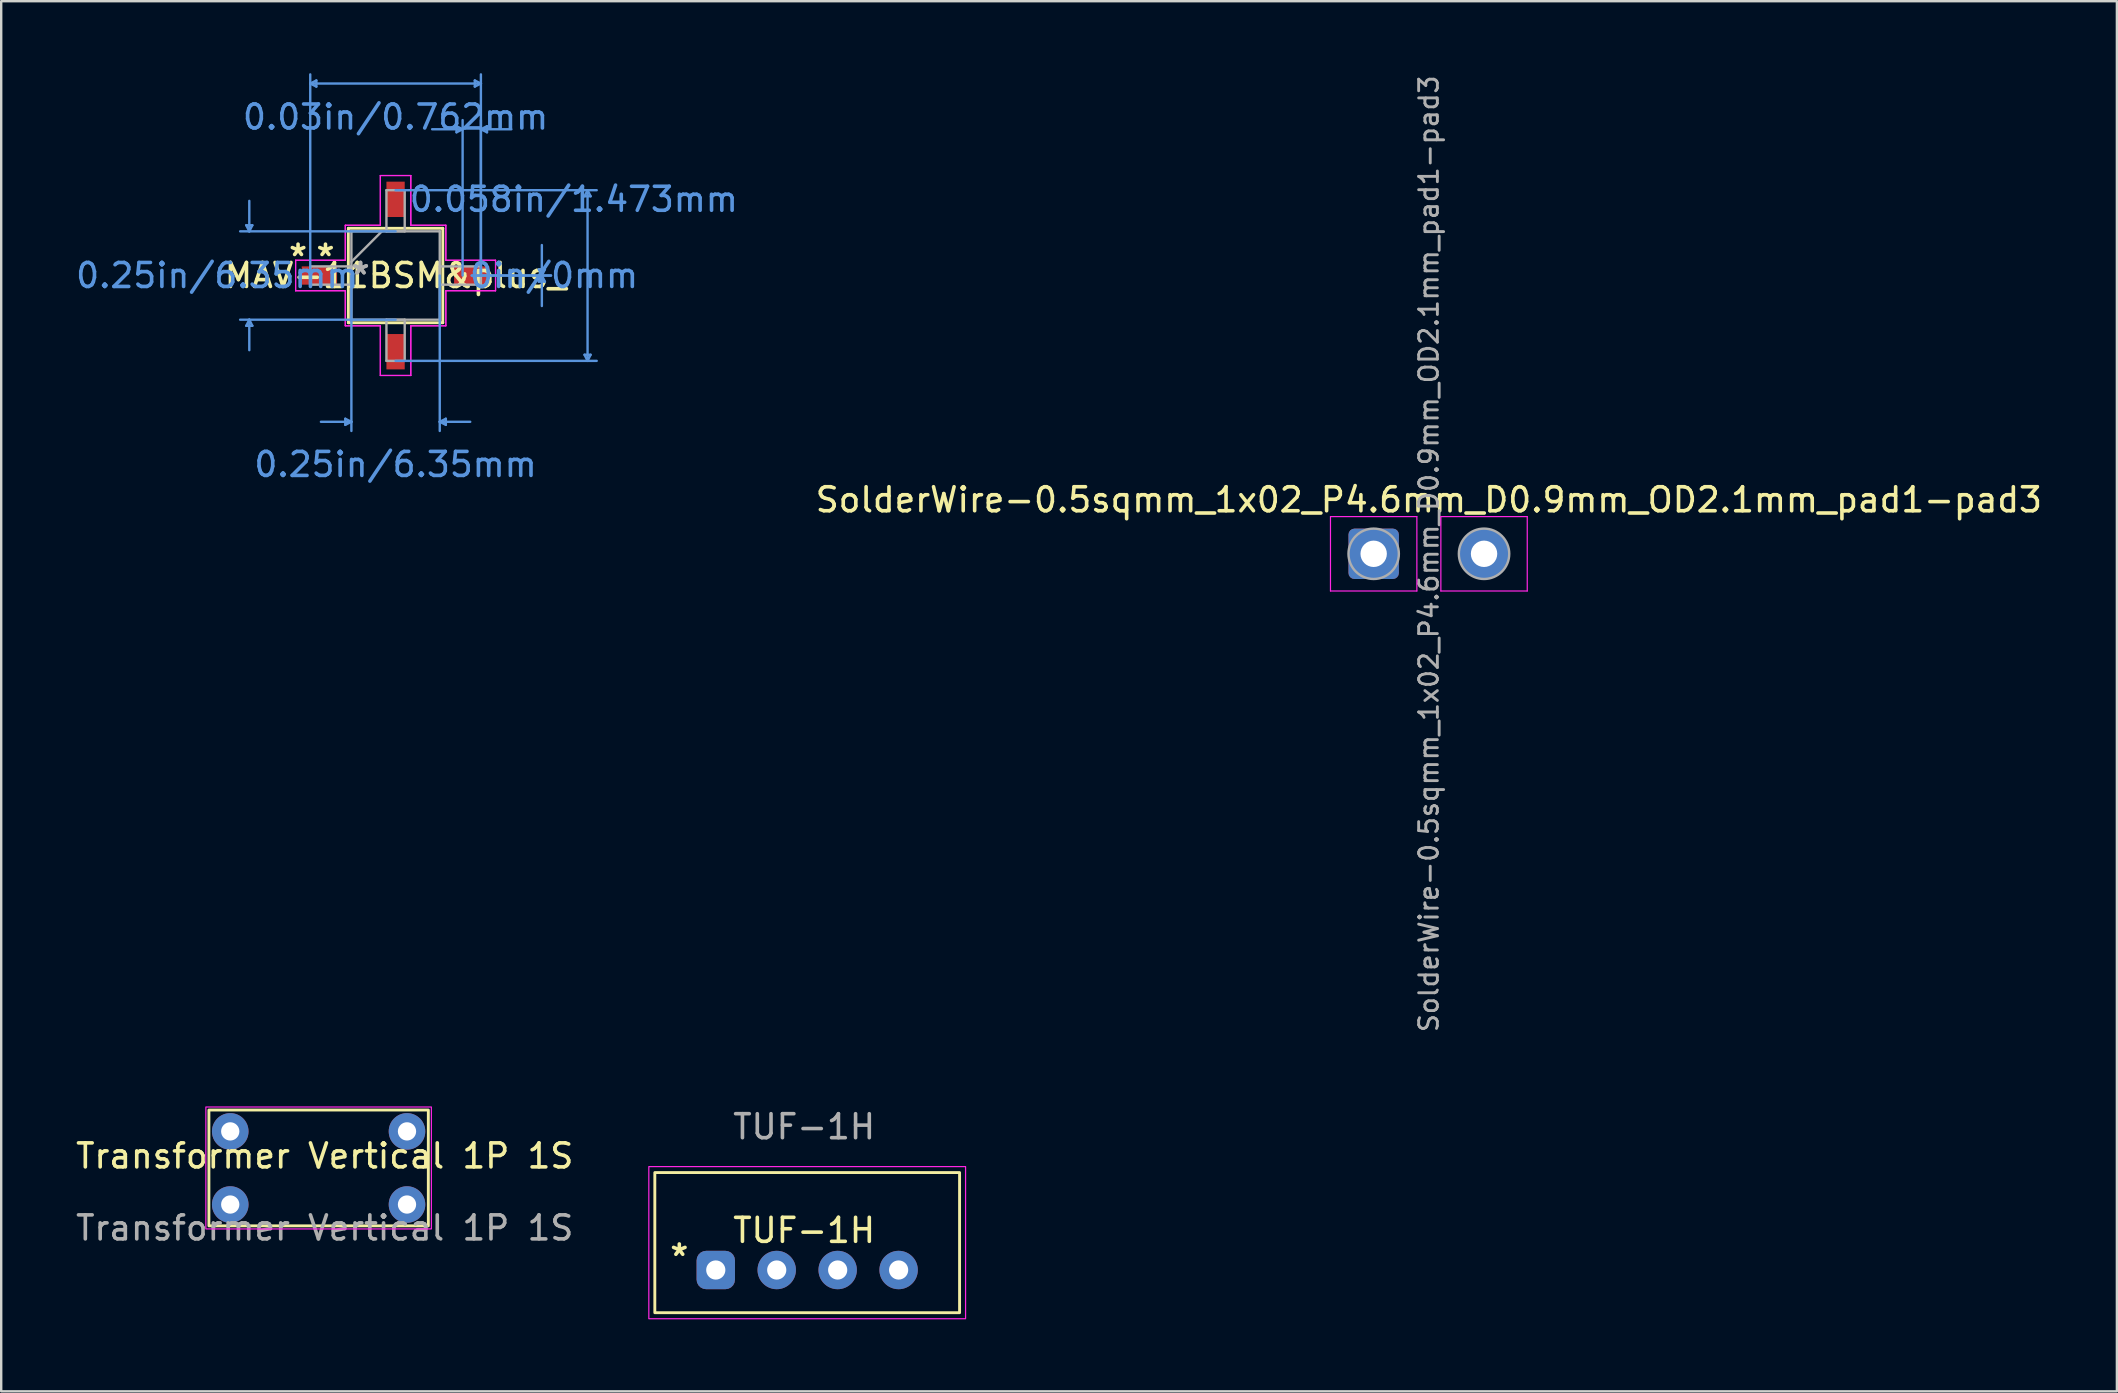
<source format=kicad_pcb>
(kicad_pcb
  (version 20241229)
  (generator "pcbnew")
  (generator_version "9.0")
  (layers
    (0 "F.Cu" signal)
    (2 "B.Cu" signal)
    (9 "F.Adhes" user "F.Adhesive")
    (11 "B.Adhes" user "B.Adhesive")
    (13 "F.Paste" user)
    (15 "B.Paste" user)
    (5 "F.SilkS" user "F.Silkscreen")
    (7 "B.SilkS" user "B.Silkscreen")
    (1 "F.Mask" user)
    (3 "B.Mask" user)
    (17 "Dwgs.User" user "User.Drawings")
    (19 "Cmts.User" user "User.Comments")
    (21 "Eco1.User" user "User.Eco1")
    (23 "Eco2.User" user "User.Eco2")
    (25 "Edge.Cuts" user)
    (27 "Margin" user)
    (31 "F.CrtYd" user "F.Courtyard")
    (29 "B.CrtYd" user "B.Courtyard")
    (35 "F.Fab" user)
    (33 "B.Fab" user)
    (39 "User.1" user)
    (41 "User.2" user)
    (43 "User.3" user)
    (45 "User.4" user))
  (footprint "TUF-1H"
    (layer "F.Cu")
    (at 26.779 49.876)
    (property "Reference" "TUF-1H" (at 3.683 -1.651 0) (unlocked yes) (layer "F.SilkS") (effects (font (size 1 1) (thickness 0.15))))
    (attr through_hole)
    (fp_rect (start -2.54 -4.06) (end 10.16 1.78) (stroke (width 0.12) (type solid)) (fill no) (layer "F.SilkS"))
    (fp_rect (start -2.79 -4.31) (end 10.41 2.03) (stroke (width 0.05) (type solid)) (fill no) (layer "F.CrtYd"))
    (fp_text user "*" (at -1.52 -0.54 0) (unlocked yes) (layer "F.SilkS") (effects (font (size 1 1) (thickness 0.15))))
    (fp_text user "${REFERENCE}" (at 3.683 -5.969 0) (unlocked yes) (layer "F.Fab") (effects (font (size 1 1) (thickness 0.15))))
    (pad "1" thru_hole roundrect (at 0 0) (size 1.6 1.6) (drill 0.8) (layers "*.Cu" "*.Mask") (roundrect_rratio 0.25))
    (pad "2" thru_hole circle (at 2.54 0) (size 1.6 1.6) (drill 0.8) (layers "*.Cu" "*.Mask"))
    (pad "3" thru_hole circle (at 5.08 0) (size 1.6 1.6) (drill 0.8) (layers "*.Cu" "*.Mask"))
    (pad "4" thru_hole circle (at 7.62 0) (size 1.6 1.6) (drill 0.8) (layers "*.Cu" "*.Mask")))
  (footprint "Transformer Vertical 1P 1S"
    (layer "F.Cu")
    (at 10.482 45.623)
    (property "Reference" "Transformer Vertical 1P 1S" (at 0 -0.5 0) (unlocked yes) (layer "F.SilkS") (effects (font (size 1 1) (thickness 0.15))))
    (attr through_hole)
    (fp_rect (start -4.826 -2.413) (end 4.318 2.413) (stroke (width 0.12) (type default)) (fill no) (layer "F.SilkS"))
    (fp_rect (start -4.953 -2.54) (end 4.445 2.54) (stroke (width 0.05) (type default)) (fill no) (layer "F.CrtYd"))
    (fp_text user "${REFERENCE}" (at 0 2.5 0) (unlocked yes) (layer "F.Fab") (effects (font (size 1 1) (thickness 0.15))))
    (pad "1" thru_hole circle (at -3.937 1.524) (size 1.524 1.524) (drill 0.762) (layers "*.Cu" "*.Mask"))
    (pad "2" thru_hole circle (at 3.429 1.524) (size 1.524 1.524) (drill 0.762) (layers "*.Cu" "*.Mask"))
    (pad "3" thru_hole circle (at -3.937 -1.524) (size 1.524 1.524) (drill 0.762) (layers "*.Cu" "*.Mask"))
    (pad "4" thru_hole circle (at 3.429 -1.524) (size 1.524 1.524) (drill 0.762) (layers "*.Cu" "*.Mask")))
  (footprint "SolderWire-0.5sqmm_1x02_P4.6mm_D0.9mm_OD2.1mm_pad1-pad3"
    (layer "F.Cu")
    (at 54.196 20.029)
    (property "Reference" "SolderWire-0.5sqmm_1x02_P4.6mm_D0.9mm_OD2.1mm_pad1-pad3" (at 2.3 -2.25 0) (layer "F.SilkS") (effects (font (size 1 1) (thickness 0.15))))
    (attr exclude_from_pos_files)
    (fp_line (start -1.8 -1.55) (end -1.8 1.55) (stroke (width 0.05) (type solid)) (layer "F.CrtYd"))
    (fp_line (start -1.8 1.55) (end 1.8 1.55) (stroke (width 0.05) (type solid)) (layer "F.CrtYd"))
    (fp_line (start 1.8 -1.55) (end -1.8 -1.55) (stroke (width 0.05) (type solid)) (layer "F.CrtYd"))
    (fp_line (start 1.8 1.55) (end 1.8 -1.55) (stroke (width 0.05) (type solid)) (layer "F.CrtYd"))
    (fp_line (start 2.8 -1.55) (end 2.8 1.55) (stroke (width 0.05) (type solid)) (layer "F.CrtYd"))
    (fp_line (start 2.8 1.55) (end 6.4 1.55) (stroke (width 0.05) (type solid)) (layer "F.CrtYd"))
    (fp_line (start 6.4 -1.55) (end 2.8 -1.55) (stroke (width 0.05) (type solid)) (layer "F.CrtYd"))
    (fp_line (start 6.4 1.55) (end 6.4 -1.55) (stroke (width 0.05) (type solid)) (layer "F.CrtYd"))
    (fp_circle (center 0 0) (end 1.05 0) (stroke (width 0.1) (type solid)) (fill no) (layer "F.Fab"))
    (fp_circle (center 4.6 0) (end 5.65 0) (stroke (width 0.1) (type solid)) (fill no) (layer "F.Fab"))
    (fp_text user "${REFERENCE}" (at 2.3 0 90) (layer "F.Fab") (effects (font (size 0.78 0.78) (thickness 0.12))))
    (pad "1" thru_hole roundrect (at 0 0) (size 2.1 2.1) (drill 1.1) (layers "*.Cu" "*.Mask") (roundrect_rratio 0.119))
    (pad "3" thru_hole circle (at 4.6 0) (size 2.1 2.1) (drill 1.1) (layers "*.Cu" "*.Mask")))
  (footprint "MAV-11BSM&plus_"
    (layer "F.Cu")
    (at 13.435 8.432)
    (property "Reference" "MAV-11BSM&plus_" (at 0 0 0) (layer "F.SilkS") (effects (font (size 1 1) (thickness 0.15))))
    (attr through_hole)
    (fp_line (start -1.968 -1.968) (end -1.968 1.968) (stroke (width 0.12) (type solid)) (layer "F.SilkS"))
    (fp_line (start -1.968 1.968) (end 1.968 1.968) (stroke (width 0.12) (type solid)) (layer "F.SilkS"))
    (fp_line (start 1.968 -1.968) (end -1.968 -1.968) (stroke (width 0.12) (type solid)) (layer "F.SilkS"))
    (fp_line (start 1.968 1.968) (end 1.968 -1.968) (stroke (width 0.12) (type solid)) (layer "F.SilkS"))
    (fp_line (start -6.223 -2.095) (end -5.969 -2.095) (stroke (width 0.1) (type solid)) (layer "Cmts.User"))
    (fp_line (start -6.223 2.095) (end -5.969 2.095) (stroke (width 0.1) (type solid)) (layer "Cmts.User"))
    (fp_line (start -6.096 -1.841) (end -6.223 -2.095) (stroke (width 0.1) (type solid)) (layer "Cmts.User"))
    (fp_line (start -6.096 -1.841) (end -6.096 -3.111) (stroke (width 0.1) (type solid)) (layer "Cmts.User"))
    (fp_line (start -6.096 -1.841) (end -5.969 -2.095) (stroke (width 0.1) (type solid)) (layer "Cmts.User"))
    (fp_line (start -6.096 1.841) (end -6.223 2.095) (stroke (width 0.1) (type solid)) (layer "Cmts.User"))
    (fp_line (start -6.096 1.841) (end -6.096 3.111) (stroke (width 0.1) (type solid)) (layer "Cmts.User"))
    (fp_line (start -6.096 1.841) (end -5.969 2.095) (stroke (width 0.1) (type solid)) (layer "Cmts.User"))
    (fp_line (start -3.556 -8.001) (end -3.302 -8.128) (stroke (width 0.1) (type solid)) (layer "Cmts.User"))
    (fp_line (start -3.556 -8.001) (end -3.302 -7.874) (stroke (width 0.1) (type solid)) (layer "Cmts.User"))
    (fp_line (start -3.556 -8.001) (end 3.556 -8.001) (stroke (width 0.1) (type solid)) (layer "Cmts.User"))
    (fp_line (start -3.556 0) (end -3.556 -8.382) (stroke (width 0.1) (type solid)) (layer "Cmts.User"))
    (fp_line (start -3.302 -8.128) (end -3.302 -7.874) (stroke (width 0.1) (type solid)) (layer "Cmts.User"))
    (fp_line (start -2.095 5.969) (end -2.095 6.223) (stroke (width 0.1) (type solid)) (layer "Cmts.User"))
    (fp_line (start -1.841 0) (end -1.841 6.477) (stroke (width 0.1) (type solid)) (layer "Cmts.User"))
    (fp_line (start -1.841 6.096) (end -3.111 6.096) (stroke (width 0.1) (type solid)) (layer "Cmts.User"))
    (fp_line (start -1.841 6.096) (end -2.095 5.969) (stroke (width 0.1) (type solid)) (layer "Cmts.User"))
    (fp_line (start -1.841 6.096) (end -2.095 6.223) (stroke (width 0.1) (type solid)) (layer "Cmts.User"))
    (fp_line (start 0 -3.556) (end 8.382 -3.556) (stroke (width 0.1) (type solid)) (layer "Cmts.User"))
    (fp_line (start 0 -1.841) (end -6.477 -1.841) (stroke (width 0.1) (type solid)) (layer "Cmts.User"))
    (fp_line (start 0 1.841) (end -6.477 1.841) (stroke (width 0.1) (type solid)) (layer "Cmts.User"))
    (fp_line (start 0 3.556) (end 8.382 3.556) (stroke (width 0.1) (type solid)) (layer "Cmts.User"))
    (fp_line (start 1.841 0) (end 1.841 6.477) (stroke (width 0.1) (type solid)) (layer "Cmts.User"))
    (fp_line (start 1.841 6.096) (end 2.095 5.969) (stroke (width 0.1) (type solid)) (layer "Cmts.User"))
    (fp_line (start 1.841 6.096) (end 2.095 6.223) (stroke (width 0.1) (type solid)) (layer "Cmts.User"))
    (fp_line (start 1.841 6.096) (end 3.111 6.096) (stroke (width 0.1) (type solid)) (layer "Cmts.User"))
    (fp_line (start 2.095 5.969) (end 2.095 6.223) (stroke (width 0.1) (type solid)) (layer "Cmts.User"))
    (fp_line (start 2.54 -6.223) (end 2.54 -5.969) (stroke (width 0.1) (type solid)) (layer "Cmts.User"))
    (fp_line (start 2.794 -6.096) (end 1.524 -6.096) (stroke (width 0.1) (type solid)) (layer "Cmts.User"))
    (fp_line (start 2.794 -6.096) (end 2.54 -6.223) (stroke (width 0.1) (type solid)) (layer "Cmts.User"))
    (fp_line (start 2.794 -6.096) (end 2.54 -5.969) (stroke (width 0.1) (type solid)) (layer "Cmts.User"))
    (fp_line (start 2.794 0) (end 2.794 -6.477) (stroke (width 0.1) (type solid)) (layer "Cmts.User"))
    (fp_line (start 3.175 0) (end 6.477 0) (stroke (width 0.1) (type solid)) (layer "Cmts.User"))
    (fp_line (start 3.175 0) (end 6.477 0) (stroke (width 0.1) (type solid)) (layer "Cmts.User"))
    (fp_line (start 3.302 -8.128) (end 3.302 -7.874) (stroke (width 0.1) (type solid)) (layer "Cmts.User"))
    (fp_line (start 3.556 -8.001) (end 3.302 -8.128) (stroke (width 0.1) (type solid)) (layer "Cmts.User"))
    (fp_line (start 3.556 -8.001) (end 3.302 -7.874) (stroke (width 0.1) (type solid)) (layer "Cmts.User"))
    (fp_line (start 3.556 -6.096) (end 3.81 -6.223) (stroke (width 0.1) (type solid)) (layer "Cmts.User"))
    (fp_line (start 3.556 -6.096) (end 3.81 -5.969) (stroke (width 0.1) (type solid)) (layer "Cmts.User"))
    (fp_line (start 3.556 -6.096) (end 4.826 -6.096) (stroke (width 0.1) (type solid)) (layer "Cmts.User"))
    (fp_line (start 3.556 0) (end 3.556 -8.382) (stroke (width 0.1) (type solid)) (layer "Cmts.User"))
    (fp_line (start 3.556 0) (end 3.556 -6.477) (stroke (width 0.1) (type solid)) (layer "Cmts.User"))
    (fp_line (start 3.81 -6.223) (end 3.81 -5.969) (stroke (width 0.1) (type solid)) (layer "Cmts.User"))
    (fp_line (start 5.969 -0.254) (end 6.223 -0.254) (stroke (width 0.1) (type solid)) (layer "Cmts.User"))
    (fp_line (start 5.969 0.254) (end 6.223 0.254) (stroke (width 0.1) (type solid)) (layer "Cmts.User"))
    (fp_line (start 6.096 0) (end 5.969 -0.254) (stroke (width 0.1) (type solid)) (layer "Cmts.User"))
    (fp_line (start 6.096 0) (end 5.969 0.254) (stroke (width 0.1) (type solid)) (layer "Cmts.User"))
    (fp_line (start 6.096 0) (end 6.096 -1.27) (stroke (width 0.1) (type solid)) (layer "Cmts.User"))
    (fp_line (start 6.096 0) (end 6.096 1.27) (stroke (width 0.1) (type solid)) (layer "Cmts.User"))
    (fp_line (start 6.096 0) (end 6.223 -0.254) (stroke (width 0.1) (type solid)) (layer "Cmts.User"))
    (fp_line (start 6.096 0) (end 6.223 0.254) (stroke (width 0.1) (type solid)) (layer "Cmts.User"))
    (fp_line (start 7.874 -3.302) (end 8.128 -3.302) (stroke (width 0.1) (type solid)) (layer "Cmts.User"))
    (fp_line (start 7.874 3.302) (end 8.128 3.302) (stroke (width 0.1) (type solid)) (layer "Cmts.User"))
    (fp_line (start 8.001 -3.556) (end 7.874 -3.302) (stroke (width 0.1) (type solid)) (layer "Cmts.User"))
    (fp_line (start 8.001 -3.556) (end 8.001 3.556) (stroke (width 0.1) (type solid)) (layer "Cmts.User"))
    (fp_line (start 8.001 -3.556) (end 8.128 -3.302) (stroke (width 0.1) (type solid)) (layer "Cmts.User"))
    (fp_line (start 8.001 3.556) (end 7.874 3.302) (stroke (width 0.1) (type solid)) (layer "Cmts.User"))
    (fp_line (start 8.001 3.556) (end 8.128 3.302) (stroke (width 0.1) (type solid)) (layer "Cmts.User"))
    (fp_line (start -4.166 -0.635) (end -2.095 -0.635) (stroke (width 0.05) (type solid)) (layer "F.CrtYd"))
    (fp_line (start -4.166 -0.635) (end -2.095 -0.635) (stroke (width 0.05) (type solid)) (layer "F.CrtYd"))
    (fp_line (start -4.166 0.635) (end -4.166 -0.635) (stroke (width 0.05) (type solid)) (layer "F.CrtYd"))
    (fp_line (start -4.166 0.635) (end -4.166 -0.635) (stroke (width 0.05) (type solid)) (layer "F.CrtYd"))
    (fp_line (start -2.095 -2.095) (end -0.635 -2.095) (stroke (width 0.05) (type solid)) (layer "F.CrtYd"))
    (fp_line (start -2.095 -2.095) (end -0.635 -2.095) (stroke (width 0.05) (type solid)) (layer "F.CrtYd"))
    (fp_line (start -2.095 -0.635) (end -2.095 -2.095) (stroke (width 0.05) (type solid)) (layer "F.CrtYd"))
    (fp_line (start -2.095 -0.635) (end -2.095 -2.095) (stroke (width 0.05) (type solid)) (layer "F.CrtYd"))
    (fp_line (start -2.095 0.635) (end -4.166 0.635) (stroke (width 0.05) (type solid)) (layer "F.CrtYd"))
    (fp_line (start -2.095 0.635) (end -4.166 0.635) (stroke (width 0.05) (type solid)) (layer "F.CrtYd"))
    (fp_line (start -2.095 2.095) (end -2.095 0.635) (stroke (width 0.05) (type solid)) (layer "F.CrtYd"))
    (fp_line (start -2.095 2.095) (end -2.095 0.635) (stroke (width 0.05) (type solid)) (layer "F.CrtYd"))
    (fp_line (start -2.095 2.095) (end -0.635 2.095) (stroke (width 0.05) (type solid)) (layer "F.CrtYd"))
    (fp_line (start -0.635 -4.166) (end 0.635 -4.166) (stroke (width 0.05) (type solid)) (layer "F.CrtYd"))
    (fp_line (start -0.635 -4.166) (end 0.635 -4.166) (stroke (width 0.05) (type solid)) (layer "F.CrtYd"))
    (fp_line (start -0.635 -2.095) (end -0.635 -4.166) (stroke (width 0.05) (type solid)) (layer "F.CrtYd"))
    (fp_line (start -0.635 -2.095) (end -0.635 -4.166) (stroke (width 0.05) (type solid)) (layer "F.CrtYd"))
    (fp_line (start -0.635 2.095) (end -2.095 2.095) (stroke (width 0.05) (type solid)) (layer "F.CrtYd"))
    (fp_line (start -0.635 2.095) (end -0.635 4.166) (stroke (width 0.05) (type solid)) (layer "F.CrtYd"))
    (fp_line (start -0.635 4.166) (end -0.635 2.095) (stroke (width 0.05) (type solid)) (layer "F.CrtYd"))
    (fp_line (start -0.635 4.166) (end 0.635 4.166) (stroke (width 0.05) (type solid)) (layer "F.CrtYd"))
    (fp_line (start 0.635 -4.166) (end 0.635 -2.095) (stroke (width 0.05) (type solid)) (layer "F.CrtYd"))
    (fp_line (start 0.635 -4.166) (end 0.635 -2.095) (stroke (width 0.05) (type solid)) (layer "F.CrtYd"))
    (fp_line (start 0.635 -2.095) (end 2.095 -2.095) (stroke (width 0.05) (type solid)) (layer "F.CrtYd"))
    (fp_line (start 0.635 -2.095) (end 2.095 -2.095) (stroke (width 0.05) (type solid)) (layer "F.CrtYd"))
    (fp_line (start 0.635 2.095) (end 0.635 4.166) (stroke (width 0.05) (type solid)) (layer "F.CrtYd"))
    (fp_line (start 0.635 2.095) (end 2.095 2.095) (stroke (width 0.05) (type solid)) (layer "F.CrtYd"))
    (fp_line (start 0.635 4.166) (end -0.635 4.166) (stroke (width 0.05) (type solid)) (layer "F.CrtYd"))
    (fp_line (start 0.635 4.166) (end 0.635 2.095) (stroke (width 0.05) (type solid)) (layer "F.CrtYd"))
    (fp_line (start 2.095 -2.095) (end 2.095 -0.635) (stroke (width 0.05) (type solid)) (layer "F.CrtYd"))
    (fp_line (start 2.095 -0.635) (end 2.095 -2.095) (stroke (width 0.05) (type solid)) (layer "F.CrtYd"))
    (fp_line (start 2.095 -0.635) (end 4.166 -0.635) (stroke (width 0.05) (type solid)) (layer "F.CrtYd"))
    (fp_line (start 2.095 0.635) (end 2.095 2.095) (stroke (width 0.05) (type solid)) (layer "F.CrtYd"))
    (fp_line (start 2.095 0.635) (end 4.166 0.635) (stroke (width 0.05) (type solid)) (layer "F.CrtYd"))
    (fp_line (start 2.095 2.095) (end 0.635 2.095) (stroke (width 0.05) (type solid)) (layer "F.CrtYd"))
    (fp_line (start 2.095 2.095) (end 2.095 0.635) (stroke (width 0.05) (type solid)) (layer "F.CrtYd"))
    (fp_line (start 4.166 -0.635) (end 2.095 -0.635) (stroke (width 0.05) (type solid)) (layer "F.CrtYd"))
    (fp_line (start 4.166 -0.635) (end 4.166 0.635) (stroke (width 0.05) (type solid)) (layer "F.CrtYd"))
    (fp_line (start 4.166 0.635) (end 2.095 0.635) (stroke (width 0.05) (type solid)) (layer "F.CrtYd"))
    (fp_line (start 4.166 0.635) (end 4.166 -0.635) (stroke (width 0.05) (type solid)) (layer "F.CrtYd"))
    (fp_line (start -3.556 -0.381) (end -3.556 0.381) (stroke (width 0.1) (type solid)) (layer "F.Fab"))
    (fp_line (start -3.556 0.381) (end -1.841 0.381) (stroke (width 0.1) (type solid)) (layer "F.Fab"))
    (fp_line (start -1.841 -1.841) (end -1.841 -1.841) (stroke (width 0.1) (type solid)) (layer "F.Fab"))
    (fp_line (start -1.841 -1.841) (end -1.841 1.841) (stroke (width 0.1) (type solid)) (layer "F.Fab"))
    (fp_line (start -1.841 -0.572) (end -0.572 -1.841) (stroke (width 0.1) (type solid)) (layer "F.Fab"))
    (fp_line (start -1.841 -0.381) (end -3.556 -0.381) (stroke (width 0.1) (type solid)) (layer "F.Fab"))
    (fp_line (start -1.841 0.381) (end -1.841 -0.381) (stroke (width 0.1) (type solid)) (layer "F.Fab"))
    (fp_line (start -1.841 1.841) (end -1.841 1.841) (stroke (width 0.1) (type solid)) (layer "F.Fab"))
    (fp_line (start -1.841 1.841) (end 1.841 1.841) (stroke (width 0.1) (type solid)) (layer "F.Fab"))
    (fp_line (start -0.381 -3.556) (end -0.381 -1.841) (stroke (width 0.1) (type solid)) (layer "F.Fab"))
    (fp_line (start -0.381 -1.841) (end 0.381 -1.841) (stroke (width 0.1) (type solid)) (layer "F.Fab"))
    (fp_line (start -0.381 1.841) (end -0.381 3.556) (stroke (width 0.1) (type solid)) (layer "F.Fab"))
    (fp_line (start -0.381 3.556) (end 0.381 3.556) (stroke (width 0.1) (type solid)) (layer "F.Fab"))
    (fp_line (start 0.381 -3.556) (end -0.381 -3.556) (stroke (width 0.1) (type solid)) (layer "F.Fab"))
    (fp_line (start 0.381 -1.841) (end 0.381 -3.556) (stroke (width 0.1) (type solid)) (layer "F.Fab"))
    (fp_line (start 0.381 1.841) (end -0.381 1.841) (stroke (width 0.1) (type solid)) (layer "F.Fab"))
    (fp_line (start 0.381 3.556) (end 0.381 1.841) (stroke (width 0.1) (type solid)) (layer "F.Fab"))
    (fp_line (start 1.841 -1.841) (end -1.841 -1.841) (stroke (width 0.1) (type solid)) (layer "F.Fab"))
    (fp_line (start 1.841 -1.841) (end 1.841 -1.841) (stroke (width 0.1) (type solid)) (layer "F.Fab"))
    (fp_line (start 1.841 -0.381) (end 1.841 0.381) (stroke (width 0.1) (type solid)) (layer "F.Fab"))
    (fp_line (start 1.841 0.381) (end 3.556 0.381) (stroke (width 0.1) (type solid)) (layer "F.Fab"))
    (fp_line (start 1.841 1.841) (end 1.841 -1.841) (stroke (width 0.1) (type solid)) (layer "F.Fab"))
    (fp_line (start 1.841 1.841) (end 1.841 1.841) (stroke (width 0.1) (type solid)) (layer "F.Fab"))
    (fp_line (start 3.556 -0.381) (end 1.841 -0.381) (stroke (width 0.1) (type solid)) (layer "F.Fab"))
    (fp_line (start 3.556 0.381) (end 3.556 -0.381) (stroke (width 0.1) (type solid)) (layer "F.Fab"))
    (fp_text user "*" (at -2.921 -0.762 0) (layer "F.SilkS") (effects (font (size 1 1) (thickness 0.15))))
    (fp_text user "*" (at -4.064 -0.762 0) (layer "F.SilkS") (effects (font (size 1 1) (thickness 0.15))))
    (fp_text user "0in/0mm" (at 6.604 0 0) (layer "Cmts.User") (effects (font (size 1 1) (thickness 0.15))))
    (fp_text user "0.25in/6.35mm" (at -7.429 0 0) (layer "Cmts.User") (effects (font (size 1 1) (thickness 0.15))))
    (fp_text user "0.03in/0.762mm" (at 0 -6.604 0) (layer "Cmts.User") (effects (font (size 1 1) (thickness 0.15))))
    (fp_text user "0.058in/1.473mm" (at 7.429 -3.175 0) (layer "Cmts.User") (effects (font (size 1 1) (thickness 0.15))))
    (fp_text user "Copyright 2021 Accelerated Designs. All rights reserved." (at 0 0 0) (layer "Cmts.User") (effects (font (size 0.127 0.127) (thickness 0.002))))
    (fp_text user "0.25in/6.35mm" (at 0 7.874 0) (layer "Cmts.User") (effects (font (size 1 1) (thickness 0.15))))
    (fp_text user "*" (at -1.46 0 0) (layer "F.Fab") (effects (font (size 1 1) (thickness 0.15))))
    (fp_text user "*" (at -1.46 0 0) (layer "F.Fab") (effects (font (size 1 1) (thickness 0.15))))
    (pad "1" smd rect (at -3.175 0 90) (size 0.762 1.473) (layers "F.Cu" "F.Mask" "F.Paste"))
    (pad "2" smd rect (at 0 3.175) (size 0.762 1.473) (layers "F.Cu" "F.Mask" "F.Paste"))
    (pad "3" smd rect (at 3.175 0 90) (size 0.762 1.473) (layers "F.Cu" "F.Mask" "F.Paste"))
    (pad "4" smd rect (at 0 -3.175) (size 0.762 1.473) (layers "F.Cu" "F.Mask" "F.Paste")))
  (gr_rect
    (start -3 -3)
    (end 85.169 54.931)
    (stroke (width 0.1) (type default))
    (fill no)
    (layer "Edge.Cuts")))
</source>
